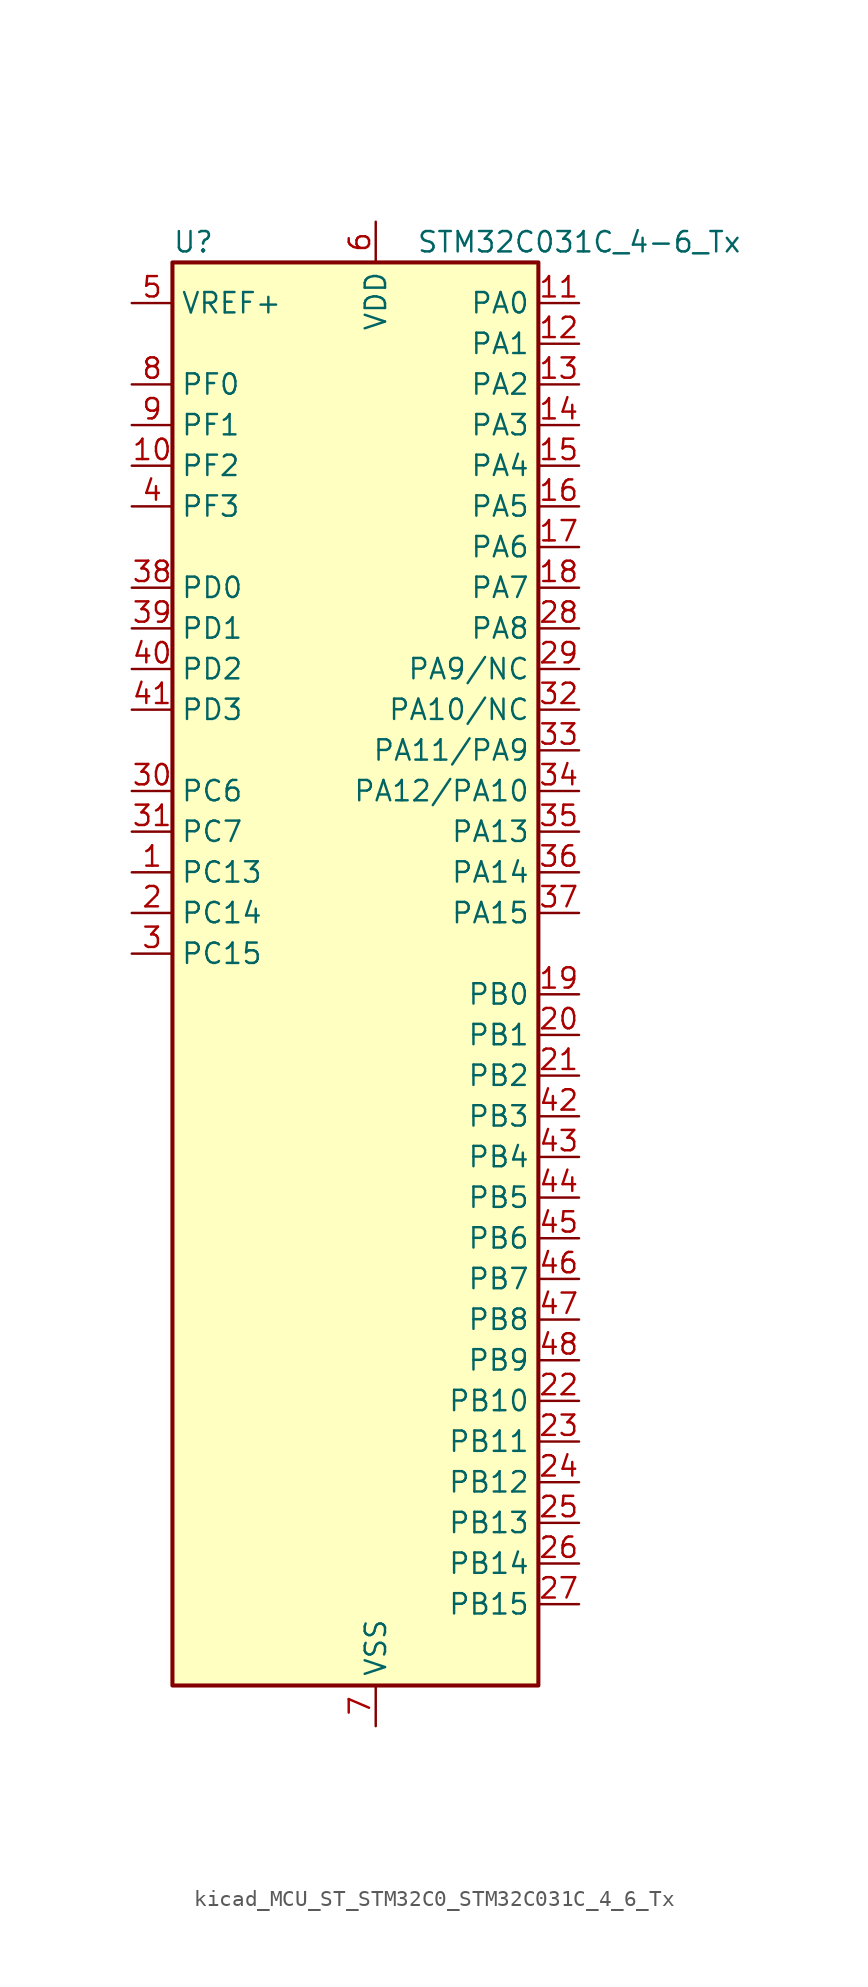
<source format=kicad_sym>
(kicad_symbol_lib
  (version 20220914)
  (generator kicad_symbol_editor)
  (symbol "kicad_MCU_ST_STM32C0_STM32C031C_4_6_Tx"
    (property "Reference" "U"
      (at -10.16 46.99 0)
      (effects (font (size 1.27 1.27)) (justify left)))
    (property "Value" "STM32C031C_4-6_Tx"
      (at 5.08 46.99 0)
      (effects (font (size 1.27 1.27)) (justify left)))
    (property "ki_locked" ""
      (at 0 0 0)
      (effects (font (size 1.27 1.27))))
    (symbol "kicad_MCU_ST_STM32C0_STM32C031C_4_6_Tx_0_1"
      (rectangle (start -10.16 -43.18) (end 12.7 45.72) (stroke (width 0.254) (type default)) (fill (type background))))
    (symbol "kicad_MCU_ST_STM32C0_STM32C031C_4_6_Tx_1_1"
      (pin bidirectional line (at -12.7 7.62 0) (length 2.54) (name "PC13" (effects (font (size 1.27 1.27)))) (number "1" (effects (font (size 1.27 1.27)))) (alternate "PWR_WKUP2" bidirectional line) (alternate "RTC_OUT1" bidirectional line) (alternate "RTC_TS" bidirectional line) (alternate "TIM1_BKIN" bidirectional line) (alternate "TIM1_ETR" bidirectional line))
      (pin bidirectional line (at -12.7 33.02 0) (length 2.54) (name "PF2" (effects (font (size 1.27 1.27)))) (number "10" (effects (font (size 1.27 1.27)))) (alternate "RCC_MCO" bidirectional line) (alternate "TIM1_CH4" bidirectional line))
      (pin bidirectional line (at 15.24 43.18 180) (length 2.54) (name "PA0" (effects (font (size 1.27 1.27)))) (number "11" (effects (font (size 1.27 1.27)))) (alternate "ADC1_IN0" bidirectional line) (alternate "PWR_WKUP1" bidirectional line) (alternate "TIM16_CH1" bidirectional line) (alternate "TIM1_CH1" bidirectional line) (alternate "USART1_TX" bidirectional line) (alternate "USART2_CTS" bidirectional line) (alternate "USART2_NSS" bidirectional line))
      (pin bidirectional line (at 15.24 40.64 180) (length 2.54) (name "PA1" (effects (font (size 1.27 1.27)))) (number "12" (effects (font (size 1.27 1.27)))) (alternate "ADC1_IN1" bidirectional line) (alternate "I2C1_SMBA" bidirectional line) (alternate "I2S1_CK" bidirectional line) (alternate "SPI1_SCK" bidirectional line) (alternate "TIM17_CH1" bidirectional line) (alternate "TIM1_CH2" bidirectional line) (alternate "USART1_RX" bidirectional line) (alternate "USART2_CK" bidirectional line) (alternate "USART2_DE" bidirectional line) (alternate "USART2_RTS" bidirectional line))
      (pin bidirectional line (at 15.24 38.1 180) (length 2.54) (name "PA2" (effects (font (size 1.27 1.27)))) (number "13" (effects (font (size 1.27 1.27)))) (alternate "ADC1_IN2" bidirectional line) (alternate "I2S1_SD" bidirectional line) (alternate "PWR_WKUP4" bidirectional line) (alternate "RCC_LSCO" bidirectional line) (alternate "SPI1_MOSI" bidirectional line) (alternate "TIM16_CH1N" bidirectional line) (alternate "TIM1_CH3" bidirectional line) (alternate "TIM3_ETR" bidirectional line) (alternate "USART2_TX" bidirectional line))
      (pin bidirectional line (at 15.24 35.56 180) (length 2.54) (name "PA3" (effects (font (size 1.27 1.27)))) (number "14" (effects (font (size 1.27 1.27)))) (alternate "ADC1_IN3" bidirectional line) (alternate "TIM1_CH1N" bidirectional line) (alternate "TIM1_CH4" bidirectional line) (alternate "USART2_RX" bidirectional line))
      (pin bidirectional line (at 15.24 33.02 180) (length 2.54) (name "PA4" (effects (font (size 1.27 1.27)))) (number "15" (effects (font (size 1.27 1.27)))) (alternate "ADC1_IN4" bidirectional line) (alternate "I2S1_WS" bidirectional line) (alternate "RTC_OUT2" bidirectional line) (alternate "SPI1_NSS" bidirectional line) (alternate "TIM14_CH1" bidirectional line) (alternate "TIM17_CH1N" bidirectional line) (alternate "TIM1_CH2N" bidirectional line) (alternate "USART2_TX" bidirectional line))
      (pin bidirectional line (at 15.24 30.48 180) (length 2.54) (name "PA5" (effects (font (size 1.27 1.27)))) (number "16" (effects (font (size 1.27 1.27)))) (alternate "ADC1_IN5" bidirectional line) (alternate "I2S1_CK" bidirectional line) (alternate "SPI1_SCK" bidirectional line) (alternate "TIM1_CH1" bidirectional line) (alternate "TIM1_CH3N" bidirectional line) (alternate "USART2_RX" bidirectional line))
      (pin bidirectional line (at 15.24 27.94 180) (length 2.54) (name "PA6" (effects (font (size 1.27 1.27)))) (number "17" (effects (font (size 1.27 1.27)))) (alternate "ADC1_IN6" bidirectional line) (alternate "I2S1_MCK" bidirectional line) (alternate "SPI1_MISO" bidirectional line) (alternate "TIM16_CH1" bidirectional line) (alternate "TIM1_BKIN" bidirectional line) (alternate "TIM3_CH1" bidirectional line))
      (pin bidirectional line (at 15.24 25.4 180) (length 2.54) (name "PA7" (effects (font (size 1.27 1.27)))) (number "18" (effects (font (size 1.27 1.27)))) (alternate "ADC1_IN7" bidirectional line) (alternate "I2S1_SD" bidirectional line) (alternate "SPI1_MOSI" bidirectional line) (alternate "TIM14_CH1" bidirectional line) (alternate "TIM17_CH1" bidirectional line) (alternate "TIM1_CH1N" bidirectional line) (alternate "TIM3_CH2" bidirectional line))
      (pin bidirectional line (at 15.24 0 180) (length 2.54) (name "PB0" (effects (font (size 1.27 1.27)))) (number "19" (effects (font (size 1.27 1.27)))) (alternate "ADC1_IN17" bidirectional line) (alternate "I2S1_WS" bidirectional line) (alternate "SPI1_NSS" bidirectional line) (alternate "TIM1_CH2N" bidirectional line) (alternate "TIM3_CH3" bidirectional line))
      (pin bidirectional line (at -12.7 5.08 0) (length 2.54) (name "PC14" (effects (font (size 1.27 1.27)))) (number "2" (effects (font (size 1.27 1.27)))) (alternate "I2C1_SDA" bidirectional line) (alternate "IR_OUT" bidirectional line) (alternate "RCC_OSCX_IN" bidirectional line) (alternate "TIM17_CH1" bidirectional line) (alternate "TIM1_BKIN2" bidirectional line) (alternate "TIM1_ETR" bidirectional line) (alternate "TIM3_CH2" bidirectional line) (alternate "USART1_TX" bidirectional line) (alternate "USART2_CK" bidirectional line) (alternate "USART2_DE" bidirectional line) (alternate "USART2_RTS" bidirectional line))
      (pin bidirectional line (at 15.24 -2.54 180) (length 2.54) (name "PB1" (effects (font (size 1.27 1.27)))) (number "20" (effects (font (size 1.27 1.27)))) (alternate "ADC1_IN18" bidirectional line) (alternate "TIM14_CH1" bidirectional line) (alternate "TIM1_CH2N" bidirectional line) (alternate "TIM1_CH3N" bidirectional line) (alternate "TIM3_CH4" bidirectional line))
      (pin bidirectional line (at 15.24 -5.08 180) (length 2.54) (name "PB2" (effects (font (size 1.27 1.27)))) (number "21" (effects (font (size 1.27 1.27)))) (alternate "ADC1_IN19" bidirectional line) (alternate "RCC_MCO_2" bidirectional line) (alternate "USART1_RX" bidirectional line))
      (pin bidirectional line (at 15.24 -25.4 180) (length 2.54) (name "PB10" (effects (font (size 1.27 1.27)))) (number "22" (effects (font (size 1.27 1.27)))) (alternate "ADC1_IN20" bidirectional line))
      (pin bidirectional line (at 15.24 -27.94 180) (length 2.54) (name "PB11" (effects (font (size 1.27 1.27)))) (number "23" (effects (font (size 1.27 1.27)))) (alternate "ADC1_EXTI11" bidirectional line) (alternate "ADC1_IN21" bidirectional line))
      (pin bidirectional line (at 15.24 -30.48 180) (length 2.54) (name "PB12" (effects (font (size 1.27 1.27)))) (number "24" (effects (font (size 1.27 1.27)))) (alternate "ADC1_IN22" bidirectional line) (alternate "TIM1_BKIN" bidirectional line) (alternate "TIM1_BKIN2" bidirectional line))
      (pin bidirectional line (at 15.24 -33.02 180) (length 2.54) (name "PB13" (effects (font (size 1.27 1.27)))) (number "25" (effects (font (size 1.27 1.27)))) (alternate "TIM1_CH1N" bidirectional line))
      (pin bidirectional line (at 15.24 -35.56 180) (length 2.54) (name "PB14" (effects (font (size 1.27 1.27)))) (number "26" (effects (font (size 1.27 1.27)))) (alternate "TIM1_CH2N" bidirectional line))
      (pin bidirectional line (at 15.24 -38.1 180) (length 2.54) (name "PB15" (effects (font (size 1.27 1.27)))) (number "27" (effects (font (size 1.27 1.27)))) (alternate "RTC_REFIN" bidirectional line) (alternate "TIM1_CH3N" bidirectional line))
      (pin bidirectional line (at 15.24 22.86 180) (length 2.54) (name "PA8" (effects (font (size 1.27 1.27)))) (number "28" (effects (font (size 1.27 1.27)))) (alternate "ADC1_IN8" bidirectional line) (alternate "I2S1_WS" bidirectional line) (alternate "RCC_MCO" bidirectional line) (alternate "RCC_MCO_2" bidirectional line) (alternate "SPI1_NSS" bidirectional line) (alternate "TIM14_CH1" bidirectional line) (alternate "TIM1_CH1" bidirectional line) (alternate "TIM1_CH2N" bidirectional line) (alternate "TIM1_CH3N" bidirectional line) (alternate "TIM3_CH3" bidirectional line) (alternate "TIM3_CH4" bidirectional line) (alternate "USART1_RX" bidirectional line) (alternate "USART2_TX" bidirectional line))
      (pin bidirectional line (at 15.24 20.32 180) (length 2.54) (name "PA9/NC" (effects (font (size 1.27 1.27)))) (number "29" (effects (font (size 1.27 1.27)))) (alternate "I2C1_SCL" bidirectional line) (alternate "RCC_MCO" bidirectional line) (alternate "TIM1_CH2" bidirectional line) (alternate "TIM3_ETR" bidirectional line) (alternate "USART1_TX" bidirectional line))
      (pin bidirectional line (at -12.7 2.54 0) (length 2.54) (name "PC15" (effects (font (size 1.27 1.27)))) (number "3" (effects (font (size 1.27 1.27)))) (alternate "RCC_OSC32_EN" bidirectional line) (alternate "RCC_OSCX_OUT" bidirectional line) (alternate "RCC_OSC_EN" bidirectional line) (alternate "TIM1_ETR" bidirectional line) (alternate "TIM3_CH3" bidirectional line))
      (pin bidirectional line (at -12.7 12.7 0) (length 2.54) (name "PC6" (effects (font (size 1.27 1.27)))) (number "30" (effects (font (size 1.27 1.27)))) (alternate "TIM3_CH1" bidirectional line))
      (pin bidirectional line (at -12.7 10.16 0) (length 2.54) (name "PC7" (effects (font (size 1.27 1.27)))) (number "31" (effects (font (size 1.27 1.27)))) (alternate "TIM3_CH2" bidirectional line))
      (pin bidirectional line (at 15.24 17.78 180) (length 2.54) (name "PA10/NC" (effects (font (size 1.27 1.27)))) (number "32" (effects (font (size 1.27 1.27)))) (alternate "I2C1_SDA" bidirectional line) (alternate "RCC_MCO_2" bidirectional line) (alternate "TIM17_BKIN" bidirectional line) (alternate "TIM1_CH3" bidirectional line) (alternate "USART1_RX" bidirectional line))
      (pin bidirectional line (at 15.24 15.24 180) (length 2.54) (name "PA11/PA9" (effects (font (size 1.27 1.27)))) (number "33" (effects (font (size 1.27 1.27)))) (alternate "ADC1_EXTI11" bidirectional line) (alternate "ADC1_IN11" bidirectional line) (alternate "I2S1_MCK" bidirectional line) (alternate "SPI1_MISO" bidirectional line) (alternate "TIM1_BKIN2" bidirectional line) (alternate "TIM1_CH4" bidirectional line) (alternate "USART1_CTS" bidirectional line) (alternate "USART1_NSS" bidirectional line))
      (pin bidirectional line (at 15.24 12.7 180) (length 2.54) (name "PA12/PA10" (effects (font (size 1.27 1.27)))) (number "34" (effects (font (size 1.27 1.27)))) (alternate "ADC1_IN12" bidirectional line) (alternate "I2S1_SD" bidirectional line) (alternate "I2S_CKIN" bidirectional line) (alternate "SPI1_MOSI" bidirectional line) (alternate "TIM1_ETR" bidirectional line) (alternate "USART1_CK" bidirectional line) (alternate "USART1_DE" bidirectional line) (alternate "USART1_RTS" bidirectional line))
      (pin bidirectional line (at 15.24 10.16 180) (length 2.54) (name "PA13" (effects (font (size 1.27 1.27)))) (number "35" (effects (font (size 1.27 1.27)))) (alternate "ADC1_IN13" bidirectional line) (alternate "DEBUG_SWDIO" bidirectional line) (alternate "IR_OUT" bidirectional line) (alternate "TIM3_ETR" bidirectional line) (alternate "USART2_RX" bidirectional line))
      (pin bidirectional line (at 15.24 7.62 180) (length 2.54) (name "PA14" (effects (font (size 1.27 1.27)))) (number "36" (effects (font (size 1.27 1.27)))) (alternate "ADC1_IN14" bidirectional line) (alternate "DEBUG_SWCLK" bidirectional line) (alternate "I2S1_WS" bidirectional line) (alternate "RCC_MCO_2" bidirectional line) (alternate "SPI1_NSS" bidirectional line) (alternate "TIM1_CH1" bidirectional line) (alternate "USART1_CK" bidirectional line) (alternate "USART1_DE" bidirectional line) (alternate "USART1_RTS" bidirectional line) (alternate "USART2_RX" bidirectional line) (alternate "USART2_TX" bidirectional line))
      (pin bidirectional line (at 15.24 5.08 180) (length 2.54) (name "PA15" (effects (font (size 1.27 1.27)))) (number "37" (effects (font (size 1.27 1.27)))) (alternate "I2S1_WS" bidirectional line) (alternate "RCC_MCO_2" bidirectional line) (alternate "SPI1_NSS" bidirectional line) (alternate "TIM1_CH1" bidirectional line) (alternate "USART1_CK" bidirectional line) (alternate "USART1_DE" bidirectional line) (alternate "USART1_RTS" bidirectional line) (alternate "USART2_RX" bidirectional line))
      (pin bidirectional line (at -12.7 25.4 0) (length 2.54) (name "PD0" (effects (font (size 1.27 1.27)))) (number "38" (effects (font (size 1.27 1.27)))) (alternate "TIM16_CH1" bidirectional line))
      (pin bidirectional line (at -12.7 22.86 0) (length 2.54) (name "PD1" (effects (font (size 1.27 1.27)))) (number "39" (effects (font (size 1.27 1.27)))) (alternate "TIM17_CH1" bidirectional line))
      (pin bidirectional line (at -12.7 30.48 0) (length 2.54) (name "PF3" (effects (font (size 1.27 1.27)))) (number "4" (effects (font (size 1.27 1.27)))))
      (pin bidirectional line (at -12.7 20.32 0) (length 2.54) (name "PD2" (effects (font (size 1.27 1.27)))) (number "40" (effects (font (size 1.27 1.27)))) (alternate "TIM1_CH1N" bidirectional line) (alternate "TIM3_ETR" bidirectional line))
      (pin bidirectional line (at -12.7 17.78 0) (length 2.54) (name "PD3" (effects (font (size 1.27 1.27)))) (number "41" (effects (font (size 1.27 1.27)))) (alternate "TIM1_CH2N" bidirectional line) (alternate "USART2_CTS" bidirectional line) (alternate "USART2_NSS" bidirectional line))
      (pin bidirectional line (at 15.24 -7.62 180) (length 2.54) (name "PB3" (effects (font (size 1.27 1.27)))) (number "42" (effects (font (size 1.27 1.27)))) (alternate "I2S1_CK" bidirectional line) (alternate "SPI1_SCK" bidirectional line) (alternate "TIM1_CH2" bidirectional line) (alternate "TIM3_CH2" bidirectional line) (alternate "USART1_CK" bidirectional line) (alternate "USART1_DE" bidirectional line) (alternate "USART1_RTS" bidirectional line))
      (pin bidirectional line (at 15.24 -10.16 180) (length 2.54) (name "PB4" (effects (font (size 1.27 1.27)))) (number "43" (effects (font (size 1.27 1.27)))) (alternate "I2S1_MCK" bidirectional line) (alternate "SPI1_MISO" bidirectional line) (alternate "TIM17_BKIN" bidirectional line) (alternate "TIM3_CH1" bidirectional line) (alternate "USART1_CTS" bidirectional line) (alternate "USART1_NSS" bidirectional line))
      (pin bidirectional line (at 15.24 -12.7 180) (length 2.54) (name "PB5" (effects (font (size 1.27 1.27)))) (number "44" (effects (font (size 1.27 1.27)))) (alternate "I2C1_SMBA" bidirectional line) (alternate "I2S1_SD" bidirectional line) (alternate "PWR_WKUP6" bidirectional line) (alternate "SPI1_MOSI" bidirectional line) (alternate "TIM16_BKIN" bidirectional line) (alternate "TIM3_CH2" bidirectional line) (alternate "TIM3_CH3" bidirectional line))
      (pin bidirectional line (at 15.24 -15.24 180) (length 2.54) (name "PB6" (effects (font (size 1.27 1.27)))) (number "45" (effects (font (size 1.27 1.27)))) (alternate "I2C1_SCL" bidirectional line) (alternate "I2C1_SMBA" bidirectional line) (alternate "I2S1_CK" bidirectional line) (alternate "I2S1_MCK" bidirectional line) (alternate "I2S1_SD" bidirectional line) (alternate "PWR_WKUP3" bidirectional line) (alternate "SPI1_MISO" bidirectional line) (alternate "SPI1_MOSI" bidirectional line) (alternate "SPI1_SCK" bidirectional line) (alternate "TIM16_BKIN" bidirectional line) (alternate "TIM16_CH1N" bidirectional line) (alternate "TIM17_BKIN" bidirectional line) (alternate "TIM1_CH2" bidirectional line) (alternate "TIM1_CH3" bidirectional line) (alternate "TIM3_CH1" bidirectional line) (alternate "TIM3_CH2" bidirectional line) (alternate "TIM3_CH3" bidirectional line) (alternate "USART1_CK" bidirectional line) (alternate "USART1_CTS" bidirectional line) (alternate "USART1_DE" bidirectional line) (alternate "USART1_NSS" bidirectional line) (alternate "USART1_RTS" bidirectional line) (alternate "USART1_TX" bidirectional line))
      (pin bidirectional line (at 15.24 -17.78 180) (length 2.54) (name "PB7" (effects (font (size 1.27 1.27)))) (number "46" (effects (font (size 1.27 1.27)))) (alternate "I2C1_SCL" bidirectional line) (alternate "I2C1_SDA" bidirectional line) (alternate "TIM16_CH1" bidirectional line) (alternate "TIM17_CH1N" bidirectional line) (alternate "TIM1_CH4" bidirectional line) (alternate "TIM3_CH1" bidirectional line) (alternate "TIM3_CH4" bidirectional line) (alternate "USART1_RX" bidirectional line) (alternate "USART2_CTS" bidirectional line) (alternate "USART2_NSS" bidirectional line))
      (pin bidirectional line (at 15.24 -20.32 180) (length 2.54) (name "PB8" (effects (font (size 1.27 1.27)))) (number "47" (effects (font (size 1.27 1.27)))) (alternate "I2C1_SCL" bidirectional line) (alternate "TIM16_CH1" bidirectional line) (alternate "TIM3_CH1" bidirectional line) (alternate "USART2_CTS" bidirectional line) (alternate "USART2_NSS" bidirectional line))
      (pin bidirectional line (at 15.24 -22.86 180) (length 2.54) (name "PB9" (effects (font (size 1.27 1.27)))) (number "48" (effects (font (size 1.27 1.27)))) (alternate "I2C1_SDA" bidirectional line) (alternate "IR_OUT" bidirectional line) (alternate "TIM17_CH1" bidirectional line) (alternate "TIM3_CH2" bidirectional line) (alternate "USART2_CK" bidirectional line) (alternate "USART2_DE" bidirectional line) (alternate "USART2_RTS" bidirectional line))
      (pin input line (at -12.7 43.18 0) (length 2.54) (name "VREF+" (effects (font (size 1.27 1.27)))) (number "5" (effects (font (size 1.27 1.27)))))
      (pin power_in line (at 2.54 48.26 270) (length 2.54) (name "VDD" (effects (font (size 1.27 1.27)))) (number "6" (effects (font (size 1.27 1.27)))))
      (pin power_in line (at 2.54 -45.72 90) (length 2.54) (name "VSS" (effects (font (size 1.27 1.27)))) (number "7" (effects (font (size 1.27 1.27)))))
      (pin bidirectional line (at -12.7 38.1 0) (length 2.54) (name "PF0" (effects (font (size 1.27 1.27)))) (number "8" (effects (font (size 1.27 1.27)))) (alternate "RCC_OSC_IN" bidirectional line) (alternate "TIM14_CH1" bidirectional line))
      (pin bidirectional line (at -12.7 35.56 0) (length 2.54) (name "PF1" (effects (font (size 1.27 1.27)))) (number "9" (effects (font (size 1.27 1.27)))) (alternate "RCC_OSC_EN" bidirectional line) (alternate "RCC_OSC_OUT" bidirectional line)))))
</source>
